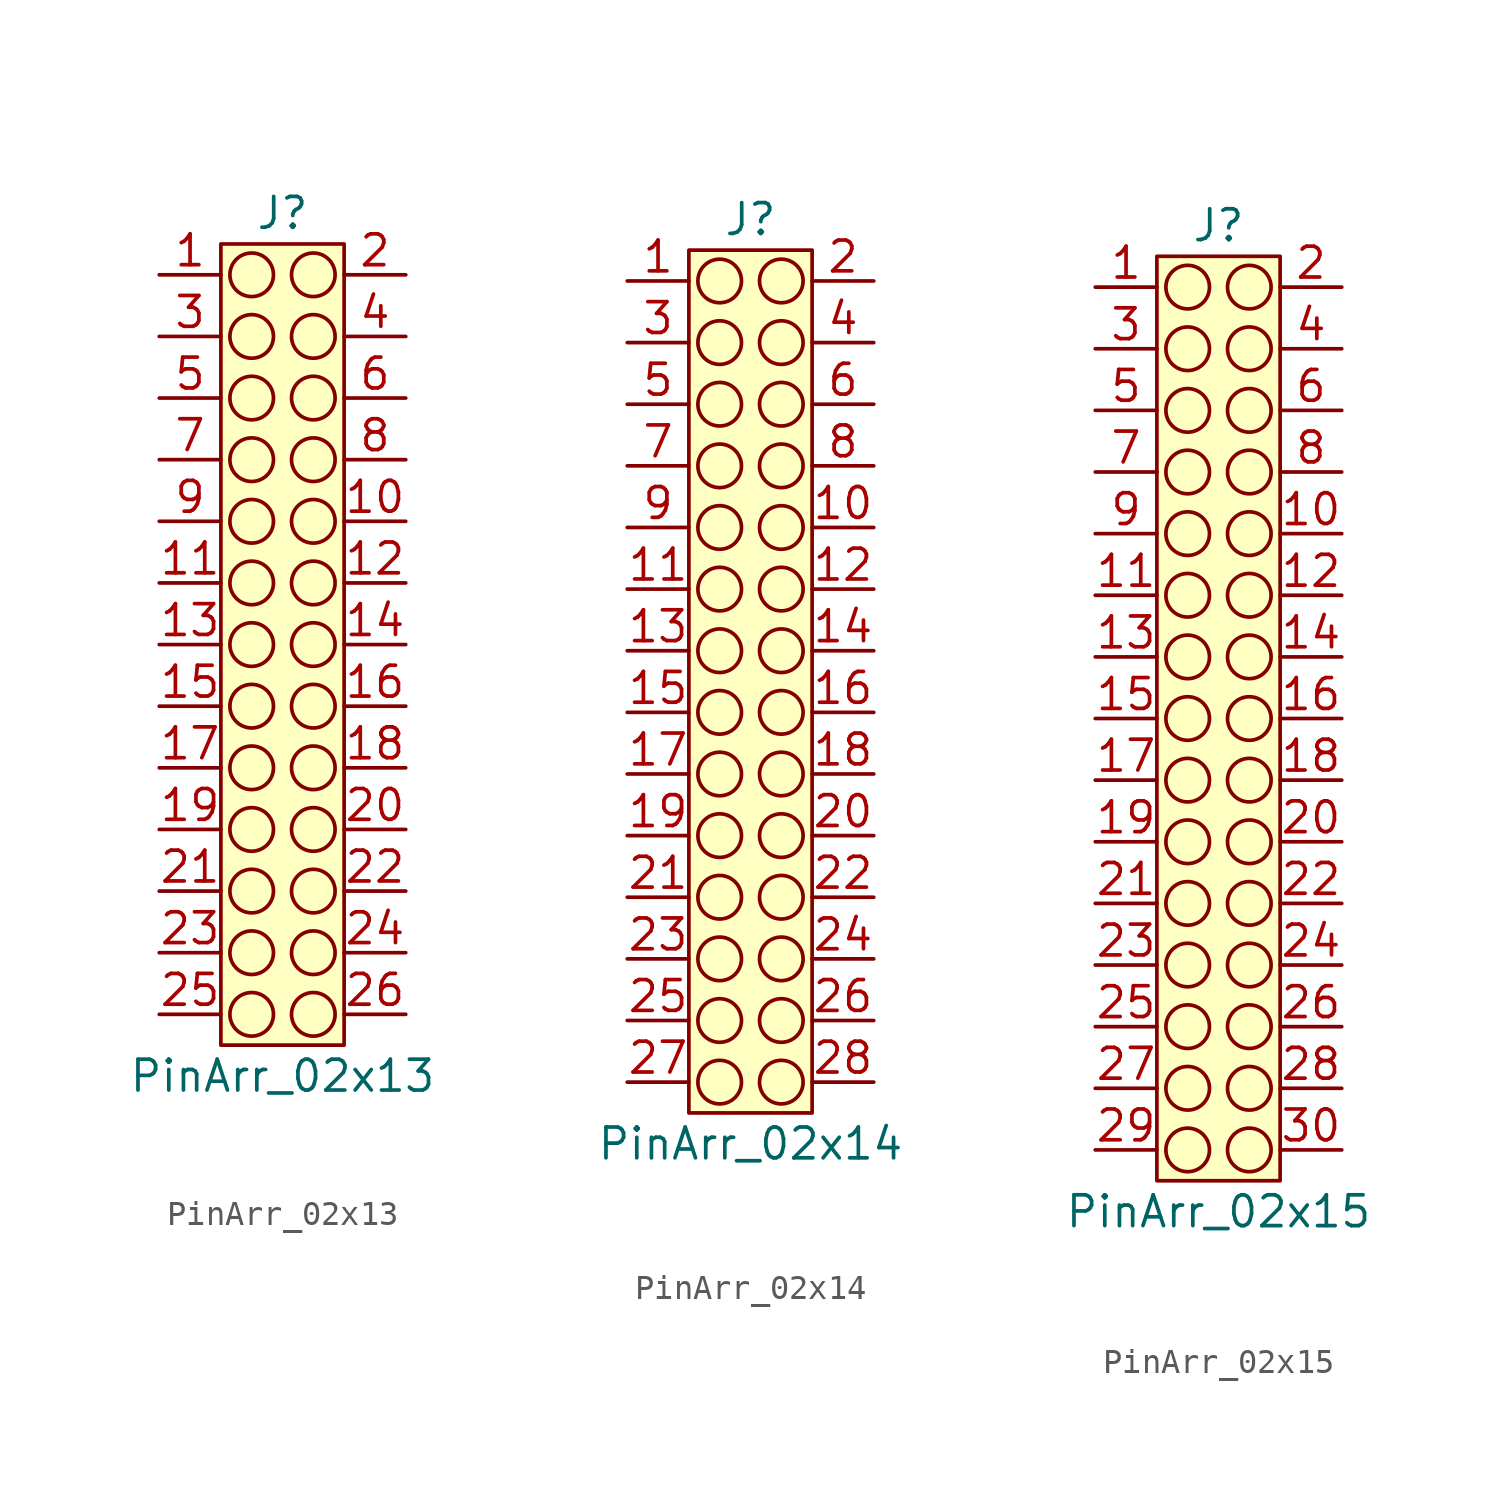
<source format=kicad_sym>
(kicad_symbol_lib
  (version 20220914)
  (generator kicad_symbol_editor)
  (symbol "PinArr_02x13"
    (property "Reference" "J"
      (at 0 17.78 0)
      (effects (font (size 1.27 1.27))))
    (property "Value" "PinArr_02x13"
      (at 0 -17.78 0)
      (effects (font (size 1.27 1.27))))
    (symbol "PinArr_02x13_0_1"
      (circle (center -1.27 -15.24) (radius 0.898) (stroke (width 0) (type default)) (fill (type none)))
      (circle (center -1.27 -12.7) (radius 0.898) (stroke (width 0) (type default)) (fill (type none)))
      (circle (center -1.27 -10.16) (radius 0.898) (stroke (width 0) (type default)) (fill (type none)))
      (circle (center -1.27 -7.62) (radius 0.898) (stroke (width 0) (type default)) (fill (type none)))
      (circle (center -1.27 -5.08) (radius 0.898) (stroke (width 0) (type default)) (fill (type none)))
      (circle (center -1.27 -2.54) (radius 0.898) (stroke (width 0) (type default)) (fill (type none)))
      (circle (center -1.27 0) (radius 0.898) (stroke (width 0) (type default)) (fill (type none)))
      (circle (center -1.27 2.54) (radius 0.898) (stroke (width 0) (type default)) (fill (type none)))
      (circle (center -1.27 5.08) (radius 0.898) (stroke (width 0) (type default)) (fill (type none)))
      (circle (center -1.27 7.62) (radius 0.898) (stroke (width 0) (type default)) (fill (type none)))
      (circle (center -1.27 10.16) (radius 0.898) (stroke (width 0) (type default)) (fill (type none)))
      (circle (center -1.27 12.7) (radius 0.898) (stroke (width 0) (type default)) (fill (type none)))
      (circle (center -1.27 15.24) (radius 0.898) (stroke (width 0) (type default)) (fill (type none)))
      (circle (center 1.27 -15.24) (radius 0.898) (stroke (width 0) (type default)) (fill (type none)))
      (circle (center 1.27 -12.7) (radius 0.898) (stroke (width 0) (type default)) (fill (type none)))
      (circle (center 1.27 -10.16) (radius 0.898) (stroke (width 0) (type default)) (fill (type none)))
      (circle (center 1.27 -7.62) (radius 0.898) (stroke (width 0) (type default)) (fill (type none)))
      (circle (center 1.27 -5.08) (radius 0.898) (stroke (width 0) (type default)) (fill (type none)))
      (circle (center 1.27 -2.54) (radius 0.898) (stroke (width 0) (type default)) (fill (type none)))
      (circle (center 1.27 0) (radius 0.898) (stroke (width 0) (type default)) (fill (type none)))
      (circle (center 1.27 2.54) (radius 0.898) (stroke (width 0) (type default)) (fill (type none)))
      (circle (center 1.27 5.08) (radius 0.898) (stroke (width 0) (type default)) (fill (type none)))
      (circle (center 1.27 7.62) (radius 0.898) (stroke (width 0) (type default)) (fill (type none)))
      (circle (center 1.27 10.16) (radius 0.898) (stroke (width 0) (type default)) (fill (type none)))
      (circle (center 1.27 12.7) (radius 0.898) (stroke (width 0) (type default)) (fill (type none)))
      (circle (center 1.27 15.24) (radius 0.898) (stroke (width 0) (type default)) (fill (type none))))
    (symbol "PinArr_02x13_1_1"
      (rectangle (start -2.54 16.51) (end 2.54 -16.51) (stroke (width 0) (type default)) (fill (type background)))
      (pin passive line (at -5.08 15.24 0) (length 2.54) (name "" (effects (font (size 1.27 1.27)))) (number "1" (effects (font (size 1.27 1.27)))))
      (pin passive line (at 5.08 5.08 180) (length 2.54) (name "" (effects (font (size 1.27 1.27)))) (number "10" (effects (font (size 1.27 1.27)))))
      (pin passive line (at -5.08 2.54 0) (length 2.54) (name "" (effects (font (size 1.27 1.27)))) (number "11" (effects (font (size 1.27 1.27)))))
      (pin passive line (at 5.08 2.54 180) (length 2.54) (name "" (effects (font (size 1.27 1.27)))) (number "12" (effects (font (size 1.27 1.27)))))
      (pin passive line (at -5.08 0 0) (length 2.54) (name "" (effects (font (size 1.27 1.27)))) (number "13" (effects (font (size 1.27 1.27)))))
      (pin passive line (at 5.08 0 180) (length 2.54) (name "" (effects (font (size 1.27 1.27)))) (number "14" (effects (font (size 1.27 1.27)))))
      (pin passive line (at -5.08 -2.54 0) (length 2.54) (name "" (effects (font (size 1.27 1.27)))) (number "15" (effects (font (size 1.27 1.27)))))
      (pin passive line (at 5.08 -2.54 180) (length 2.54) (name "" (effects (font (size 1.27 1.27)))) (number "16" (effects (font (size 1.27 1.27)))))
      (pin passive line (at -5.08 -5.08 0) (length 2.54) (name "" (effects (font (size 1.27 1.27)))) (number "17" (effects (font (size 1.27 1.27)))))
      (pin passive line (at 5.08 -5.08 180) (length 2.54) (name "" (effects (font (size 1.27 1.27)))) (number "18" (effects (font (size 1.27 1.27)))))
      (pin passive line (at -5.08 -7.62 0) (length 2.54) (name "" (effects (font (size 1.27 1.27)))) (number "19" (effects (font (size 1.27 1.27)))))
      (pin passive line (at 5.08 15.24 180) (length 2.54) (name "" (effects (font (size 1.27 1.27)))) (number "2" (effects (font (size 1.27 1.27)))))
      (pin passive line (at 5.08 -7.62 180) (length 2.54) (name "" (effects (font (size 1.27 1.27)))) (number "20" (effects (font (size 1.27 1.27)))))
      (pin passive line (at -5.08 -10.16 0) (length 2.54) (name "" (effects (font (size 1.27 1.27)))) (number "21" (effects (font (size 1.27 1.27)))))
      (pin passive line (at 5.08 -10.16 180) (length 2.54) (name "" (effects (font (size 1.27 1.27)))) (number "22" (effects (font (size 1.27 1.27)))))
      (pin passive line (at -5.08 -12.7 0) (length 2.54) (name "" (effects (font (size 1.27 1.27)))) (number "23" (effects (font (size 1.27 1.27)))))
      (pin passive line (at 5.08 -12.7 180) (length 2.54) (name "" (effects (font (size 1.27 1.27)))) (number "24" (effects (font (size 1.27 1.27)))))
      (pin passive line (at -5.08 -15.24 0) (length 2.54) (name "" (effects (font (size 1.27 1.27)))) (number "25" (effects (font (size 1.27 1.27)))))
      (pin passive line (at 5.08 -15.24 180) (length 2.54) (name "" (effects (font (size 1.27 1.27)))) (number "26" (effects (font (size 1.27 1.27)))))
      (pin passive line (at -5.08 12.7 0) (length 2.54) (name "" (effects (font (size 1.27 1.27)))) (number "3" (effects (font (size 1.27 1.27)))))
      (pin passive line (at 5.08 12.7 180) (length 2.54) (name "" (effects (font (size 1.27 1.27)))) (number "4" (effects (font (size 1.27 1.27)))))
      (pin passive line (at -5.08 10.16 0) (length 2.54) (name "" (effects (font (size 1.27 1.27)))) (number "5" (effects (font (size 1.27 1.27)))))
      (pin passive line (at 5.08 10.16 180) (length 2.54) (name "" (effects (font (size 1.27 1.27)))) (number "6" (effects (font (size 1.27 1.27)))))
      (pin passive line (at -5.08 7.62 0) (length 2.54) (name "" (effects (font (size 1.27 1.27)))) (number "7" (effects (font (size 1.27 1.27)))))
      (pin passive line (at 5.08 7.62 180) (length 2.54) (name "" (effects (font (size 1.27 1.27)))) (number "8" (effects (font (size 1.27 1.27)))))
      (pin passive line (at -5.08 5.08 0) (length 2.54) (name "" (effects (font (size 1.27 1.27)))) (number "9" (effects (font (size 1.27 1.27)))))))
  (symbol "PinArr_02x14"
    (property "Reference" "J"
      (at 0 19.05 0)
      (effects (font (size 1.27 1.27))))
    (property "Value" "PinArr_02x14"
      (at 0 -19.05 0)
      (effects (font (size 1.27 1.27))))
    (symbol "PinArr_02x14_0_1"
      (circle (center -1.27 -16.51) (radius 0.898) (stroke (width 0) (type default)) (fill (type none)))
      (circle (center -1.27 -13.97) (radius 0.898) (stroke (width 0) (type default)) (fill (type none)))
      (circle (center -1.27 -11.43) (radius 0.898) (stroke (width 0) (type default)) (fill (type none)))
      (circle (center -1.27 -8.89) (radius 0.898) (stroke (width 0) (type default)) (fill (type none)))
      (circle (center -1.27 -6.35) (radius 0.898) (stroke (width 0) (type default)) (fill (type none)))
      (circle (center -1.27 -3.81) (radius 0.898) (stroke (width 0) (type default)) (fill (type none)))
      (circle (center -1.27 -1.27) (radius 0.898) (stroke (width 0) (type default)) (fill (type none)))
      (circle (center -1.27 1.27) (radius 0.898) (stroke (width 0) (type default)) (fill (type none)))
      (circle (center -1.27 3.81) (radius 0.898) (stroke (width 0) (type default)) (fill (type none)))
      (circle (center -1.27 6.35) (radius 0.898) (stroke (width 0) (type default)) (fill (type none)))
      (circle (center -1.27 8.89) (radius 0.898) (stroke (width 0) (type default)) (fill (type none)))
      (circle (center -1.27 11.43) (radius 0.898) (stroke (width 0) (type default)) (fill (type none)))
      (circle (center -1.27 13.97) (radius 0.898) (stroke (width 0) (type default)) (fill (type none)))
      (circle (center -1.27 16.51) (radius 0.898) (stroke (width 0) (type default)) (fill (type none)))
      (circle (center 1.27 -16.51) (radius 0.898) (stroke (width 0) (type default)) (fill (type none)))
      (circle (center 1.27 -13.97) (radius 0.898) (stroke (width 0) (type default)) (fill (type none)))
      (circle (center 1.27 -11.43) (radius 0.898) (stroke (width 0) (type default)) (fill (type none)))
      (circle (center 1.27 -8.89) (radius 0.898) (stroke (width 0) (type default)) (fill (type none)))
      (circle (center 1.27 -6.35) (radius 0.898) (stroke (width 0) (type default)) (fill (type none)))
      (circle (center 1.27 -3.81) (radius 0.898) (stroke (width 0) (type default)) (fill (type none)))
      (circle (center 1.27 -1.27) (radius 0.898) (stroke (width 0) (type default)) (fill (type none)))
      (circle (center 1.27 1.27) (radius 0.898) (stroke (width 0) (type default)) (fill (type none)))
      (circle (center 1.27 3.81) (radius 0.898) (stroke (width 0) (type default)) (fill (type none)))
      (circle (center 1.27 6.35) (radius 0.898) (stroke (width 0) (type default)) (fill (type none)))
      (circle (center 1.27 8.89) (radius 0.898) (stroke (width 0) (type default)) (fill (type none)))
      (circle (center 1.27 11.43) (radius 0.898) (stroke (width 0) (type default)) (fill (type none)))
      (circle (center 1.27 13.97) (radius 0.898) (stroke (width 0) (type default)) (fill (type none)))
      (circle (center 1.27 16.51) (radius 0.898) (stroke (width 0) (type default)) (fill (type none))))
    (symbol "PinArr_02x14_1_1"
      (rectangle (start -2.54 17.78) (end 2.54 -17.78) (stroke (width 0) (type default)) (fill (type background)))
      (pin passive line (at -5.08 16.51 0) (length 2.54) (name "" (effects (font (size 1.27 1.27)))) (number "1" (effects (font (size 1.27 1.27)))))
      (pin passive line (at 5.08 6.35 180) (length 2.54) (name "" (effects (font (size 1.27 1.27)))) (number "10" (effects (font (size 1.27 1.27)))))
      (pin passive line (at -5.08 3.81 0) (length 2.54) (name "" (effects (font (size 1.27 1.27)))) (number "11" (effects (font (size 1.27 1.27)))))
      (pin passive line (at 5.08 3.81 180) (length 2.54) (name "" (effects (font (size 1.27 1.27)))) (number "12" (effects (font (size 1.27 1.27)))))
      (pin passive line (at -5.08 1.27 0) (length 2.54) (name "" (effects (font (size 1.27 1.27)))) (number "13" (effects (font (size 1.27 1.27)))))
      (pin passive line (at 5.08 1.27 180) (length 2.54) (name "" (effects (font (size 1.27 1.27)))) (number "14" (effects (font (size 1.27 1.27)))))
      (pin passive line (at -5.08 -1.27 0) (length 2.54) (name "" (effects (font (size 1.27 1.27)))) (number "15" (effects (font (size 1.27 1.27)))))
      (pin passive line (at 5.08 -1.27 180) (length 2.54) (name "" (effects (font (size 1.27 1.27)))) (number "16" (effects (font (size 1.27 1.27)))))
      (pin passive line (at -5.08 -3.81 0) (length 2.54) (name "" (effects (font (size 1.27 1.27)))) (number "17" (effects (font (size 1.27 1.27)))))
      (pin passive line (at 5.08 -3.81 180) (length 2.54) (name "" (effects (font (size 1.27 1.27)))) (number "18" (effects (font (size 1.27 1.27)))))
      (pin passive line (at -5.08 -6.35 0) (length 2.54) (name "" (effects (font (size 1.27 1.27)))) (number "19" (effects (font (size 1.27 1.27)))))
      (pin passive line (at 5.08 16.51 180) (length 2.54) (name "" (effects (font (size 1.27 1.27)))) (number "2" (effects (font (size 1.27 1.27)))))
      (pin passive line (at 5.08 -6.35 180) (length 2.54) (name "" (effects (font (size 1.27 1.27)))) (number "20" (effects (font (size 1.27 1.27)))))
      (pin passive line (at -5.08 -8.89 0) (length 2.54) (name "" (effects (font (size 1.27 1.27)))) (number "21" (effects (font (size 1.27 1.27)))))
      (pin passive line (at 5.08 -8.89 180) (length 2.54) (name "" (effects (font (size 1.27 1.27)))) (number "22" (effects (font (size 1.27 1.27)))))
      (pin passive line (at -5.08 -11.43 0) (length 2.54) (name "" (effects (font (size 1.27 1.27)))) (number "23" (effects (font (size 1.27 1.27)))))
      (pin passive line (at 5.08 -11.43 180) (length 2.54) (name "" (effects (font (size 1.27 1.27)))) (number "24" (effects (font (size 1.27 1.27)))))
      (pin passive line (at -5.08 -13.97 0) (length 2.54) (name "" (effects (font (size 1.27 1.27)))) (number "25" (effects (font (size 1.27 1.27)))))
      (pin passive line (at 5.08 -13.97 180) (length 2.54) (name "" (effects (font (size 1.27 1.27)))) (number "26" (effects (font (size 1.27 1.27)))))
      (pin passive line (at -5.08 -16.51 0) (length 2.54) (name "" (effects (font (size 1.27 1.27)))) (number "27" (effects (font (size 1.27 1.27)))))
      (pin passive line (at 5.08 -16.51 180) (length 2.54) (name "" (effects (font (size 1.27 1.27)))) (number "28" (effects (font (size 1.27 1.27)))))
      (pin passive line (at -5.08 13.97 0) (length 2.54) (name "" (effects (font (size 1.27 1.27)))) (number "3" (effects (font (size 1.27 1.27)))))
      (pin passive line (at 5.08 13.97 180) (length 2.54) (name "" (effects (font (size 1.27 1.27)))) (number "4" (effects (font (size 1.27 1.27)))))
      (pin passive line (at -5.08 11.43 0) (length 2.54) (name "" (effects (font (size 1.27 1.27)))) (number "5" (effects (font (size 1.27 1.27)))))
      (pin passive line (at 5.08 11.43 180) (length 2.54) (name "" (effects (font (size 1.27 1.27)))) (number "6" (effects (font (size 1.27 1.27)))))
      (pin passive line (at -5.08 8.89 0) (length 2.54) (name "" (effects (font (size 1.27 1.27)))) (number "7" (effects (font (size 1.27 1.27)))))
      (pin passive line (at 5.08 8.89 180) (length 2.54) (name "" (effects (font (size 1.27 1.27)))) (number "8" (effects (font (size 1.27 1.27)))))
      (pin passive line (at -5.08 6.35 0) (length 2.54) (name "" (effects (font (size 1.27 1.27)))) (number "9" (effects (font (size 1.27 1.27)))))))
  (symbol "PinArr_02x15"
    (property "Reference" "J"
      (at 0 20.32 0)
      (effects (font (size 1.27 1.27))))
    (property "Value" "PinArr_02x15"
      (at 0 -20.32 0)
      (effects (font (size 1.27 1.27))))
    (symbol "PinArr_02x15_0_1"
      (circle (center -1.27 -17.78) (radius 0.898) (stroke (width 0) (type default)) (fill (type none)))
      (circle (center -1.27 -15.24) (radius 0.898) (stroke (width 0) (type default)) (fill (type none)))
      (circle (center -1.27 -12.7) (radius 0.898) (stroke (width 0) (type default)) (fill (type none)))
      (circle (center -1.27 -10.16) (radius 0.898) (stroke (width 0) (type default)) (fill (type none)))
      (circle (center -1.27 -7.62) (radius 0.898) (stroke (width 0) (type default)) (fill (type none)))
      (circle (center -1.27 -5.08) (radius 0.898) (stroke (width 0) (type default)) (fill (type none)))
      (circle (center -1.27 -2.54) (radius 0.898) (stroke (width 0) (type default)) (fill (type none)))
      (circle (center -1.27 0) (radius 0.898) (stroke (width 0) (type default)) (fill (type none)))
      (circle (center -1.27 2.54) (radius 0.898) (stroke (width 0) (type default)) (fill (type none)))
      (circle (center -1.27 5.08) (radius 0.898) (stroke (width 0) (type default)) (fill (type none)))
      (circle (center -1.27 7.62) (radius 0.898) (stroke (width 0) (type default)) (fill (type none)))
      (circle (center -1.27 10.16) (radius 0.898) (stroke (width 0) (type default)) (fill (type none)))
      (circle (center -1.27 12.7) (radius 0.898) (stroke (width 0) (type default)) (fill (type none)))
      (circle (center -1.27 15.24) (radius 0.898) (stroke (width 0) (type default)) (fill (type none)))
      (circle (center -1.27 17.78) (radius 0.898) (stroke (width 0) (type default)) (fill (type none)))
      (circle (center 1.27 -17.78) (radius 0.898) (stroke (width 0) (type default)) (fill (type none)))
      (circle (center 1.27 -15.24) (radius 0.898) (stroke (width 0) (type default)) (fill (type none)))
      (circle (center 1.27 -12.7) (radius 0.898) (stroke (width 0) (type default)) (fill (type none)))
      (circle (center 1.27 -10.16) (radius 0.898) (stroke (width 0) (type default)) (fill (type none)))
      (circle (center 1.27 -7.62) (radius 0.898) (stroke (width 0) (type default)) (fill (type none)))
      (circle (center 1.27 -5.08) (radius 0.898) (stroke (width 0) (type default)) (fill (type none)))
      (circle (center 1.27 -2.54) (radius 0.898) (stroke (width 0) (type default)) (fill (type none)))
      (circle (center 1.27 0) (radius 0.898) (stroke (width 0) (type default)) (fill (type none)))
      (circle (center 1.27 2.54) (radius 0.898) (stroke (width 0) (type default)) (fill (type none)))
      (circle (center 1.27 5.08) (radius 0.898) (stroke (width 0) (type default)) (fill (type none)))
      (circle (center 1.27 7.62) (radius 0.898) (stroke (width 0) (type default)) (fill (type none)))
      (circle (center 1.27 10.16) (radius 0.898) (stroke (width 0) (type default)) (fill (type none)))
      (circle (center 1.27 12.7) (radius 0.898) (stroke (width 0) (type default)) (fill (type none)))
      (circle (center 1.27 15.24) (radius 0.898) (stroke (width 0) (type default)) (fill (type none)))
      (circle (center 1.27 17.78) (radius 0.898) (stroke (width 0) (type default)) (fill (type none))))
    (symbol "PinArr_02x15_1_1"
      (rectangle (start -2.54 19.05) (end 2.54 -19.05) (stroke (width 0) (type default)) (fill (type background)))
      (pin passive line (at -5.08 17.78 0) (length 2.54) (name "" (effects (font (size 1.27 1.27)))) (number "1" (effects (font (size 1.27 1.27)))))
      (pin passive line (at 5.08 7.62 180) (length 2.54) (name "" (effects (font (size 1.27 1.27)))) (number "10" (effects (font (size 1.27 1.27)))))
      (pin passive line (at -5.08 5.08 0) (length 2.54) (name "" (effects (font (size 1.27 1.27)))) (number "11" (effects (font (size 1.27 1.27)))))
      (pin passive line (at 5.08 5.08 180) (length 2.54) (name "" (effects (font (size 1.27 1.27)))) (number "12" (effects (font (size 1.27 1.27)))))
      (pin passive line (at -5.08 2.54 0) (length 2.54) (name "" (effects (font (size 1.27 1.27)))) (number "13" (effects (font (size 1.27 1.27)))))
      (pin passive line (at 5.08 2.54 180) (length 2.54) (name "" (effects (font (size 1.27 1.27)))) (number "14" (effects (font (size 1.27 1.27)))))
      (pin passive line (at -5.08 0 0) (length 2.54) (name "" (effects (font (size 1.27 1.27)))) (number "15" (effects (font (size 1.27 1.27)))))
      (pin passive line (at 5.08 0 180) (length 2.54) (name "" (effects (font (size 1.27 1.27)))) (number "16" (effects (font (size 1.27 1.27)))))
      (pin passive line (at -5.08 -2.54 0) (length 2.54) (name "" (effects (font (size 1.27 1.27)))) (number "17" (effects (font (size 1.27 1.27)))))
      (pin passive line (at 5.08 -2.54 180) (length 2.54) (name "" (effects (font (size 1.27 1.27)))) (number "18" (effects (font (size 1.27 1.27)))))
      (pin passive line (at -5.08 -5.08 0) (length 2.54) (name "" (effects (font (size 1.27 1.27)))) (number "19" (effects (font (size 1.27 1.27)))))
      (pin passive line (at 5.08 17.78 180) (length 2.54) (name "" (effects (font (size 1.27 1.27)))) (number "2" (effects (font (size 1.27 1.27)))))
      (pin passive line (at 5.08 -5.08 180) (length 2.54) (name "" (effects (font (size 1.27 1.27)))) (number "20" (effects (font (size 1.27 1.27)))))
      (pin passive line (at -5.08 -7.62 0) (length 2.54) (name "" (effects (font (size 1.27 1.27)))) (number "21" (effects (font (size 1.27 1.27)))))
      (pin passive line (at 5.08 -7.62 180) (length 2.54) (name "" (effects (font (size 1.27 1.27)))) (number "22" (effects (font (size 1.27 1.27)))))
      (pin passive line (at -5.08 -10.16 0) (length 2.54) (name "" (effects (font (size 1.27 1.27)))) (number "23" (effects (font (size 1.27 1.27)))))
      (pin passive line (at 5.08 -10.16 180) (length 2.54) (name "" (effects (font (size 1.27 1.27)))) (number "24" (effects (font (size 1.27 1.27)))))
      (pin passive line (at -5.08 -12.7 0) (length 2.54) (name "" (effects (font (size 1.27 1.27)))) (number "25" (effects (font (size 1.27 1.27)))))
      (pin passive line (at 5.08 -12.7 180) (length 2.54) (name "" (effects (font (size 1.27 1.27)))) (number "26" (effects (font (size 1.27 1.27)))))
      (pin passive line (at -5.08 -15.24 0) (length 2.54) (name "" (effects (font (size 1.27 1.27)))) (number "27" (effects (font (size 1.27 1.27)))))
      (pin passive line (at 5.08 -15.24 180) (length 2.54) (name "" (effects (font (size 1.27 1.27)))) (number "28" (effects (font (size 1.27 1.27)))))
      (pin passive line (at -5.08 -17.78 0) (length 2.54) (name "" (effects (font (size 1.27 1.27)))) (number "29" (effects (font (size 1.27 1.27)))))
      (pin passive line (at -5.08 15.24 0) (length 2.54) (name "" (effects (font (size 1.27 1.27)))) (number "3" (effects (font (size 1.27 1.27)))))
      (pin passive line (at 5.08 -17.78 180) (length 2.54) (name "" (effects (font (size 1.27 1.27)))) (number "30" (effects (font (size 1.27 1.27)))))
      (pin passive line (at 5.08 15.24 180) (length 2.54) (name "" (effects (font (size 1.27 1.27)))) (number "4" (effects (font (size 1.27 1.27)))))
      (pin passive line (at -5.08 12.7 0) (length 2.54) (name "" (effects (font (size 1.27 1.27)))) (number "5" (effects (font (size 1.27 1.27)))))
      (pin passive line (at 5.08 12.7 180) (length 2.54) (name "" (effects (font (size 1.27 1.27)))) (number "6" (effects (font (size 1.27 1.27)))))
      (pin passive line (at -5.08 10.16 0) (length 2.54) (name "" (effects (font (size 1.27 1.27)))) (number "7" (effects (font (size 1.27 1.27)))))
      (pin passive line (at 5.08 10.16 180) (length 2.54) (name "" (effects (font (size 1.27 1.27)))) (number "8" (effects (font (size 1.27 1.27)))))
      (pin passive line (at -5.08 7.62 0) (length 2.54) (name "" (effects (font (size 1.27 1.27)))) (number "9" (effects (font (size 1.27 1.27))))))))
</source>
